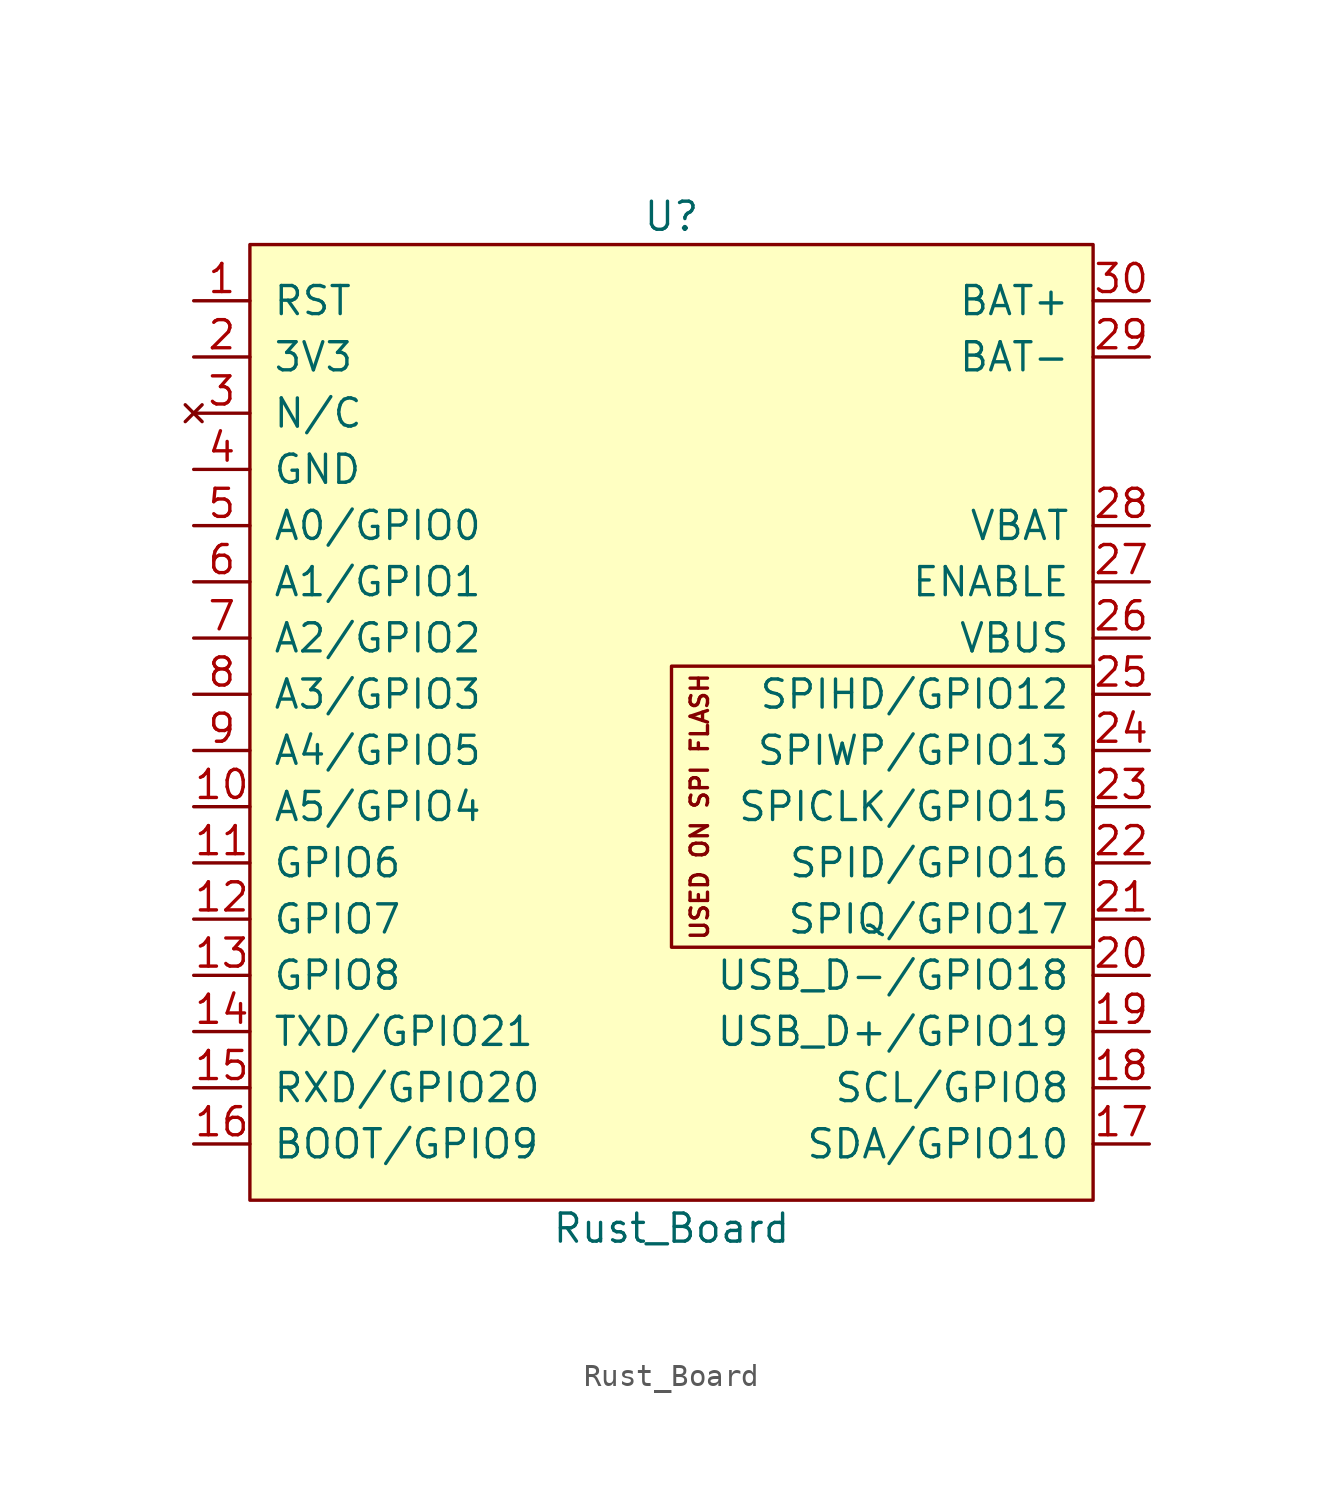
<source format=kicad_sym>
(kicad_symbol_lib
  (version 20231120)
  (generator "kicad_symbol_editor")
  (generator_version "8.0")
  (symbol "Rust_Board"
    (pin_names
      (offset 1.016))
    (property "Reference" "U"
      (at 0 22.86 0)
      (effects (font (size 1.27 1.27))))
    (property "Value" "Rust_Board"
      (at 0 -22.86 0)
      (effects (font (size 1.27 1.27))))
    (symbol "Rust_Board_0_0"
      (rectangle (start 0 2.54) (end 19.05 -10.16) (stroke (width 0) (type default)) (fill (type none)))
      (text "USED ON SPI FLASH" (at 1.27 -3.81 900) (effects (font (size 0.787 0.787)))))
    (symbol "Rust_Board_0_1"
      (rectangle (start -19.05 21.59) (end 19.05 -21.59) (stroke (width 0) (type default)) (fill (type background))))
    (symbol "Rust_Board_1_1"
      (pin input line (at -21.59 19.05 0) (length 2.54) (name "RST" (effects (font (size 1.27 1.27)))) (number "1" (effects (font (size 1.27 1.27)))))
      (pin bidirectional line (at -21.59 -3.81 0) (length 2.54) (name "A5/GPIO4" (effects (font (size 1.27 1.27)))) (number "10" (effects (font (size 1.27 1.27)))))
      (pin bidirectional line (at -21.59 -6.35 0) (length 2.54) (name "GPIO6" (effects (font (size 1.27 1.27)))) (number "11" (effects (font (size 1.27 1.27)))))
      (pin bidirectional line (at -21.59 -8.89 0) (length 2.54) (name "GPIO7" (effects (font (size 1.27 1.27)))) (number "12" (effects (font (size 1.27 1.27)))))
      (pin bidirectional line (at -21.59 -11.43 0) (length 2.54) (name "GPIO8" (effects (font (size 1.27 1.27)))) (number "13" (effects (font (size 1.27 1.27)))))
      (pin bidirectional line (at -21.59 -13.97 0) (length 2.54) (name "TXD/GPIO21" (effects (font (size 1.27 1.27)))) (number "14" (effects (font (size 1.27 1.27)))))
      (pin bidirectional line (at -21.59 -16.51 0) (length 2.54) (name "RXD/GPIO20" (effects (font (size 1.27 1.27)))) (number "15" (effects (font (size 1.27 1.27)))))
      (pin bidirectional line (at -21.59 -19.05 0) (length 2.54) (name "BOOT/GPIO9" (effects (font (size 1.27 1.27)))) (number "16" (effects (font (size 1.27 1.27)))))
      (pin bidirectional line (at 21.59 -19.05 180) (length 2.54) (name "SDA/GPIO10" (effects (font (size 1.27 1.27)))) (number "17" (effects (font (size 1.27 1.27)))))
      (pin bidirectional line (at 21.59 -16.51 180) (length 2.54) (name "SCL/GPIO8" (effects (font (size 1.27 1.27)))) (number "18" (effects (font (size 1.27 1.27)))))
      (pin bidirectional line (at 21.59 -13.97 180) (length 2.54) (name "USB_D+/GPIO19" (effects (font (size 1.27 1.27)))) (number "19" (effects (font (size 1.27 1.27)))))
      (pin power_in line (at -21.59 16.51 0) (length 2.54) (name "3V3" (effects (font (size 1.27 1.27)))) (number "2" (effects (font (size 1.27 1.27)))))
      (pin bidirectional line (at 21.59 -11.43 180) (length 2.54) (name "USB_D-/GPIO18" (effects (font (size 1.27 1.27)))) (number "20" (effects (font (size 1.27 1.27)))))
      (pin bidirectional line (at 21.59 -8.89 180) (length 2.54) (name "SPIQ/GPIO17" (effects (font (size 1.27 1.27)))) (number "21" (effects (font (size 1.27 1.27)))))
      (pin bidirectional line (at 21.59 -6.35 180) (length 2.54) (name "SPID/GPIO16" (effects (font (size 1.27 1.27)))) (number "22" (effects (font (size 1.27 1.27)))))
      (pin bidirectional line (at 21.59 -3.81 180) (length 2.54) (name "SPICLK/GPIO15" (effects (font (size 1.27 1.27)))) (number "23" (effects (font (size 1.27 1.27)))))
      (pin bidirectional line (at 21.59 -1.27 180) (length 2.54) (name "SPIWP/GPIO13" (effects (font (size 1.27 1.27)))) (number "24" (effects (font (size 1.27 1.27)))))
      (pin bidirectional line (at 21.59 1.27 180) (length 2.54) (name "SPIHD/GPIO12" (effects (font (size 1.27 1.27)))) (number "25" (effects (font (size 1.27 1.27)))))
      (pin power_in line (at 21.59 3.81 180) (length 2.54) (name "VBUS" (effects (font (size 1.27 1.27)))) (number "26" (effects (font (size 1.27 1.27)))))
      (pin input line (at 21.59 6.35 180) (length 2.54) (name "ENABLE" (effects (font (size 1.27 1.27)))) (number "27" (effects (font (size 1.27 1.27)))))
      (pin power_in line (at 21.59 8.89 180) (length 2.54) (name "VBAT" (effects (font (size 1.27 1.27)))) (number "28" (effects (font (size 1.27 1.27)))))
      (pin power_in line (at 21.59 16.51 180) (length 2.54) (name "BAT-" (effects (font (size 1.27 1.27)))) (number "29" (effects (font (size 1.27 1.27)))))
      (pin no_connect line (at -21.59 13.97 0) (length 2.54) (name "N/C" (effects (font (size 1.27 1.27)))) (number "3" (effects (font (size 1.27 1.27)))))
      (pin power_in line (at 21.59 19.05 180) (length 2.54) (name "BAT+" (effects (font (size 1.27 1.27)))) (number "30" (effects (font (size 1.27 1.27)))))
      (pin power_in line (at -21.59 11.43 0) (length 2.54) (name "GND" (effects (font (size 1.27 1.27)))) (number "4" (effects (font (size 1.27 1.27)))))
      (pin bidirectional line (at -21.59 8.89 0) (length 2.54) (name "A0/GPIO0" (effects (font (size 1.27 1.27)))) (number "5" (effects (font (size 1.27 1.27)))))
      (pin bidirectional line (at -21.59 6.35 0) (length 2.54) (name "A1/GPIO1" (effects (font (size 1.27 1.27)))) (number "6" (effects (font (size 1.27 1.27)))))
      (pin bidirectional line (at -21.59 3.81 0) (length 2.54) (name "A2/GPIO2" (effects (font (size 1.27 1.27)))) (number "7" (effects (font (size 1.27 1.27)))))
      (pin bidirectional line (at -21.59 1.27 0) (length 2.54) (name "A3/GPIO3" (effects (font (size 1.27 1.27)))) (number "8" (effects (font (size 1.27 1.27)))))
      (pin bidirectional line (at -21.59 -1.27 0) (length 2.54) (name "A4/GPIO5" (effects (font (size 1.27 1.27)))) (number "9" (effects (font (size 1.27 1.27))))))))
</source>
